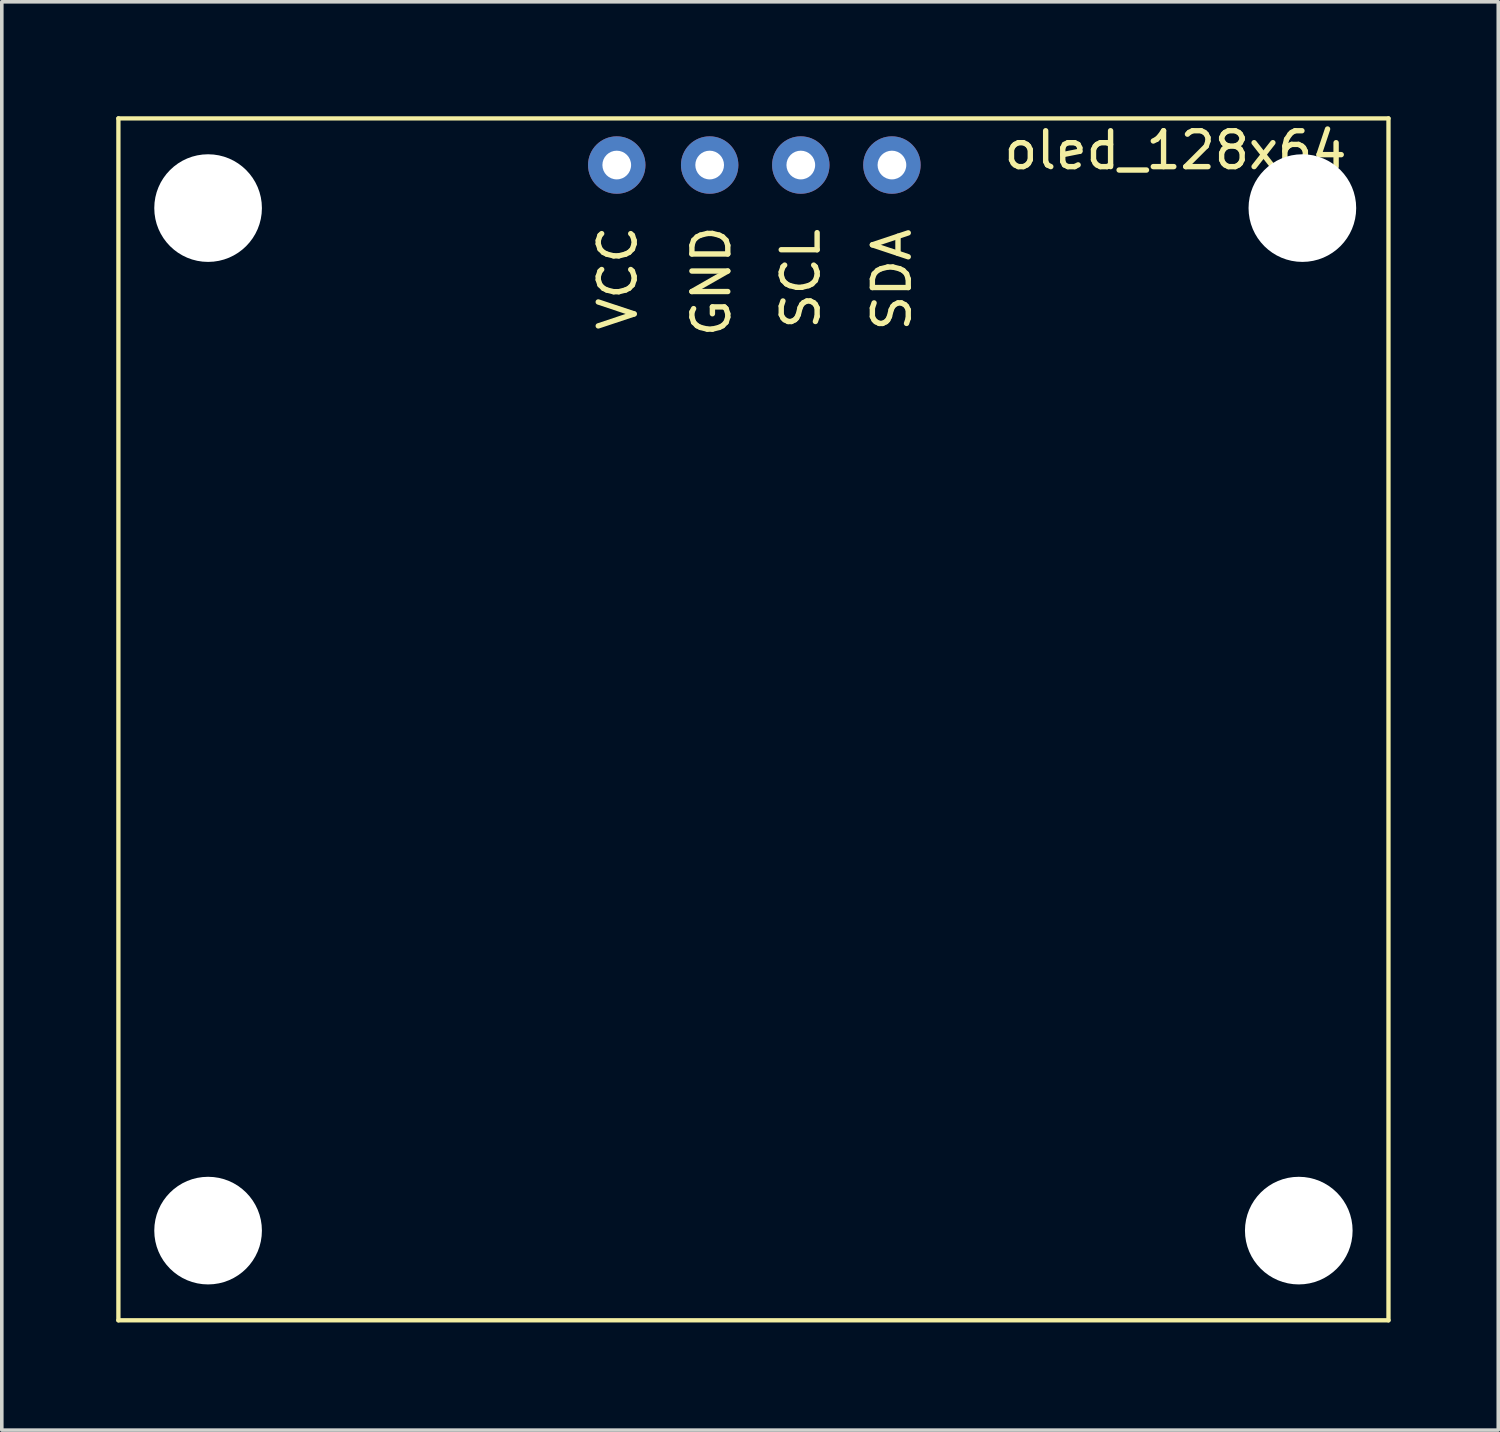
<source format=kicad_pcb>
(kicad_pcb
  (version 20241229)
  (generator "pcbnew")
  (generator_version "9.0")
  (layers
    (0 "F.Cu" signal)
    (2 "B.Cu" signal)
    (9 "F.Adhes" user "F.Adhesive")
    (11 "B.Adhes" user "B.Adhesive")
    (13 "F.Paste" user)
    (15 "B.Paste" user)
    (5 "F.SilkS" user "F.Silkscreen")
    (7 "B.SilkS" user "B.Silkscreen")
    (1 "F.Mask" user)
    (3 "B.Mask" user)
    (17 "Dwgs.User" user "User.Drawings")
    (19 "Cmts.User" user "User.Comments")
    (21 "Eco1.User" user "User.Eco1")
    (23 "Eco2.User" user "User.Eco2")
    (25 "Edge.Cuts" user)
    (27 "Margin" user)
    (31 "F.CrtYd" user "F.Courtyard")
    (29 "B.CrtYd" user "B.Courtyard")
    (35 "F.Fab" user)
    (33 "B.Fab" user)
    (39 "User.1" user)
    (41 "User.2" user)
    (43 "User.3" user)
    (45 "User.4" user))
  (footprint "oled_128x64"
    (layer "F.Cu")
    (at 0.25 0.25)
    (property "Reference" "oled_128x64" (at 29.464 0.889 0) (layer "F.SilkS") (effects (font (size 1 1) (thickness 0.15))))
    (attr through_hole)
    (fp_line (start 0 0) (end 0 33.5) (stroke (width 0.12) (type solid)) (layer "F.SilkS"))
    (fp_line (start 0 0) (end 35.4 0) (stroke (width 0.12) (type solid)) (layer "F.SilkS"))
    (fp_line (start 0 33.5) (end 35.4 33.5) (stroke (width 0.12) (type solid)) (layer "F.SilkS"))
    (fp_line (start 35.4 0) (end 35.4 33.5) (stroke (width 0.12) (type solid)) (layer "F.SilkS"))
    (fp_text user "VCC" (at 13.92 4.45 270) (layer "F.SilkS") (effects (font (size 1 1) (thickness 0.15))))
    (fp_text user "GND" (at 16.53 4.54 90) (layer "F.SilkS") (effects (font (size 1 1) (thickness 0.15))))
    (fp_text user "SDA" (at 21.56 4.5 90) (layer "F.SilkS") (effects (font (size 1 1) (thickness 0.15))))
    (fp_text user "SCL" (at 19.02 4.47 90) (layer "F.SilkS") (effects (font (size 1 1) (thickness 0.15))))
    (pad "" np_thru_hole circle (at 2.5 2.5) (size 3 3) (drill 3) (layers "*.Cu" "*.Mask"))
    (pad "" np_thru_hole circle (at 2.5 31) (size 3 3) (drill 3) (layers "*.Cu" "*.Mask"))
    (pad "" np_thru_hole circle (at 32.9 31) (size 3 3) (drill 3) (layers "*.Cu" "*.Mask"))
    (pad "" np_thru_hole circle (at 33 2.5) (size 3 3) (drill 3) (layers "*.Cu" "*.Mask"))
    (pad "1" thru_hole circle (at 13.89 1.3) (size 1.6 1.6) (drill 0.8) (layers "*.Cu" "*.Mask"))
    (pad "2" thru_hole circle (at 16.48 1.3) (size 1.6 1.6) (drill 0.8) (layers "*.Cu" "*.Mask"))
    (pad "3" thru_hole circle (at 19.02 1.3) (size 1.6 1.6) (drill 0.8) (layers "*.Cu" "*.Mask"))
    (pad "4" thru_hole circle (at 21.56 1.3) (size 1.6 1.6) (drill 0.8) (layers "*.Cu" "*.Mask")))
  (gr_rect
    (start -3 -3)
    (end 38.71 36.81)
    (stroke (width 0.1) (type default))
    (fill no)
    (layer "Edge.Cuts")))
</source>
